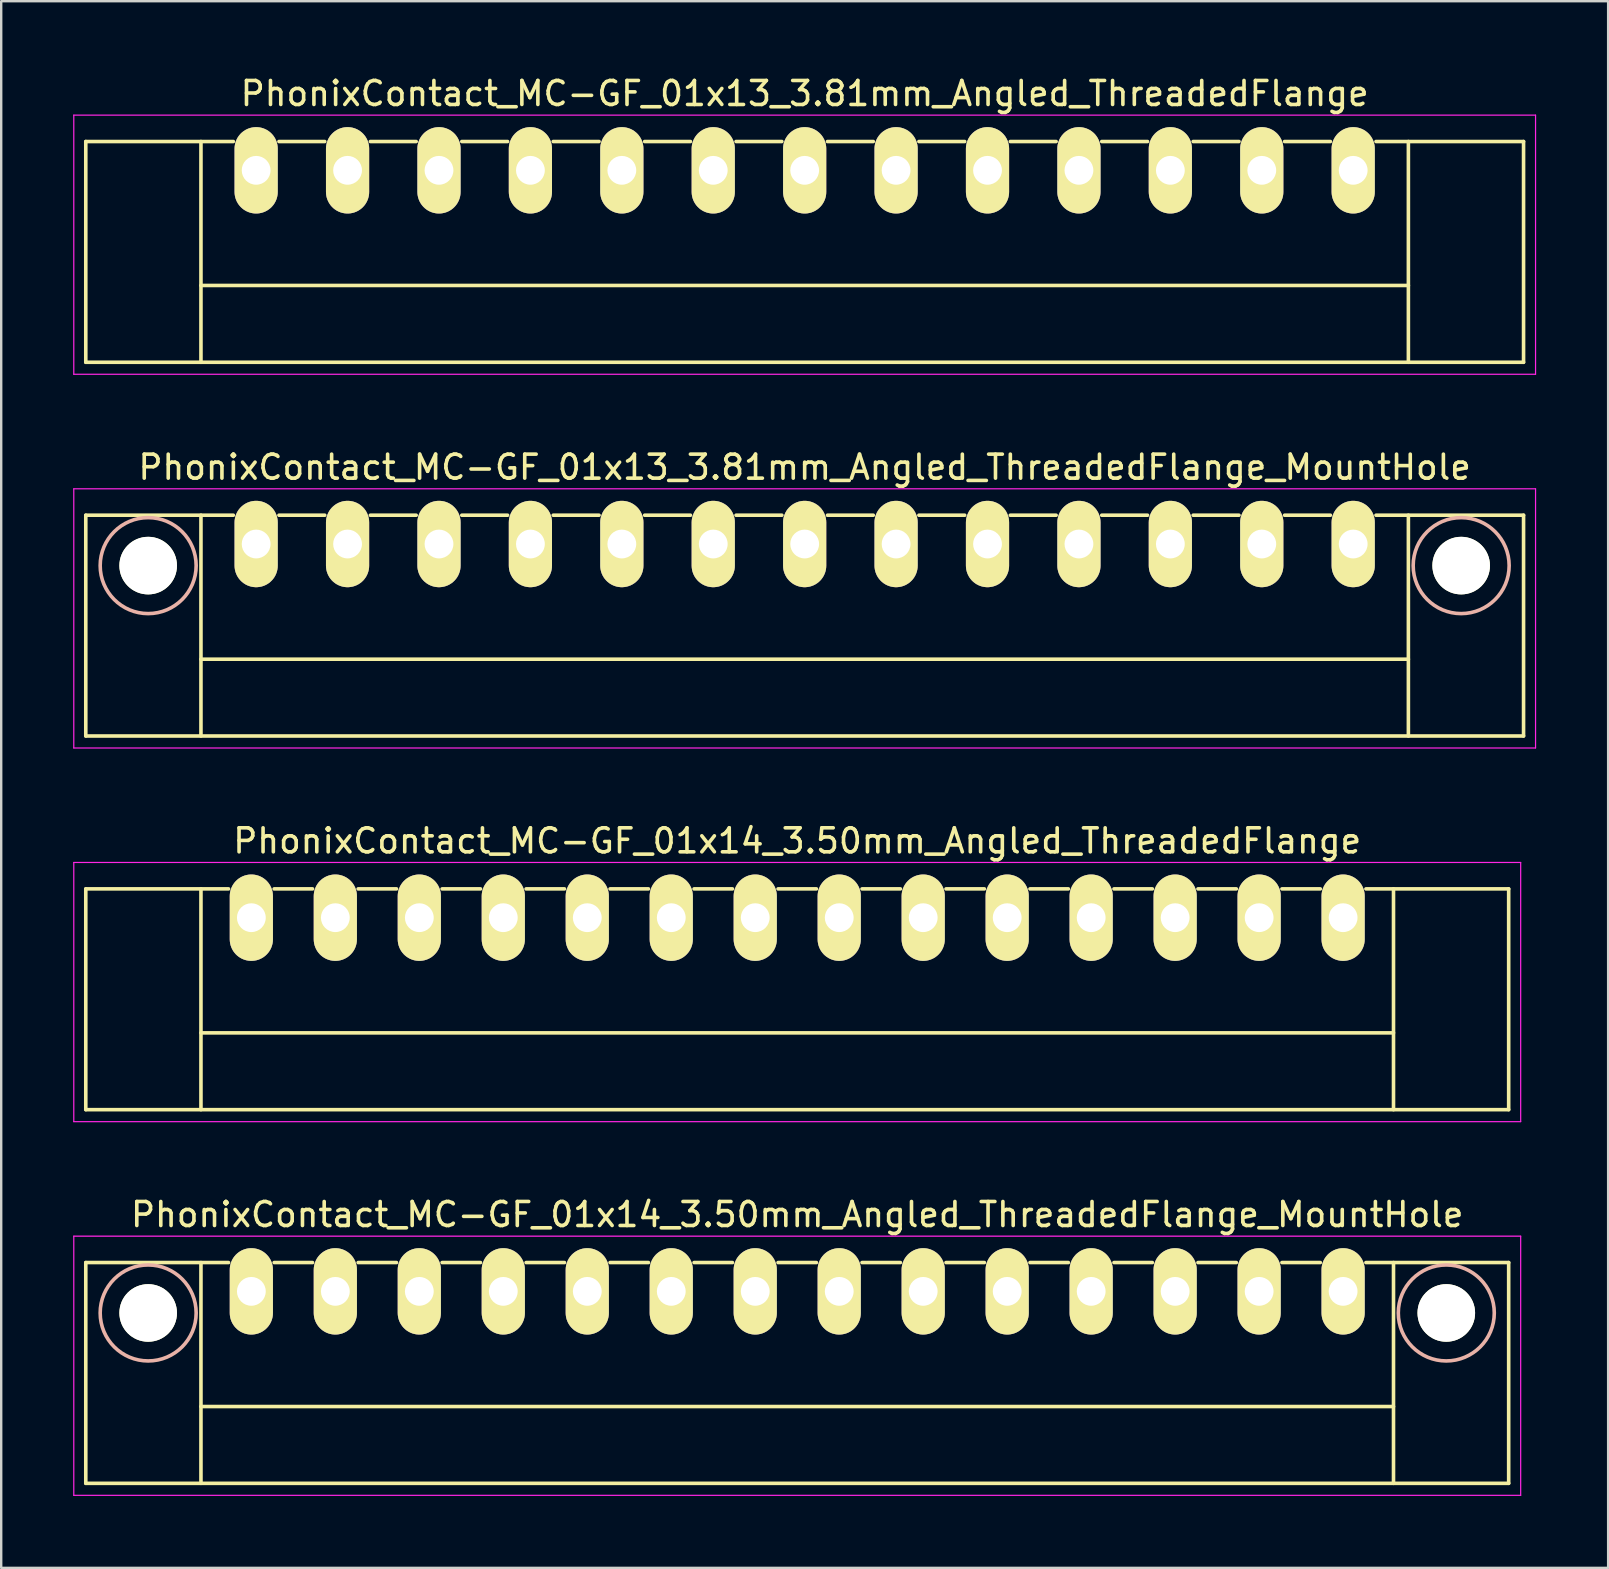
<source format=kicad_pcb>
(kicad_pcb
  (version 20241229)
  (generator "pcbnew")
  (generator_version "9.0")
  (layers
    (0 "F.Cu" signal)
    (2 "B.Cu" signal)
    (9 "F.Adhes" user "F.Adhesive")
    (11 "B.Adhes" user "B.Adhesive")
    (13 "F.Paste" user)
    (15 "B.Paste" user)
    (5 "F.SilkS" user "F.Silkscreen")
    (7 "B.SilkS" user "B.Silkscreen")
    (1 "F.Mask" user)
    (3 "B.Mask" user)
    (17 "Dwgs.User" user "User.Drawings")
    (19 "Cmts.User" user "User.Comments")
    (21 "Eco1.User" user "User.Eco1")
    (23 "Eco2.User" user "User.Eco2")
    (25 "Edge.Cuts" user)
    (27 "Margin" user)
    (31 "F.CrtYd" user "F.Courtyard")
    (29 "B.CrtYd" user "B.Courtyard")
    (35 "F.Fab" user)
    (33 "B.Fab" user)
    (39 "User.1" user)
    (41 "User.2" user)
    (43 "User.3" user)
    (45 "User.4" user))
  (footprint "PhonixContact_MC-GF_01x13_3.81mm_Angled_ThreadedFlange"
    (layer "F.Cu")
    (at 7.625 4.048)
    (property "Reference" "PhonixContact_MC-GF_01x13_3.81mm_Angled_ThreadedFlange" (at 22.86 -3.2 0) (layer "F.SilkS") (effects (font (size 1 1) (thickness 0.15))))
    (attr through_hole)
    (fp_line (start -7.1 -1.2) (end -7.1 8) (stroke (width 0.15) (type solid)) (layer "F.SilkS"))
    (fp_line (start -7.1 -1.2) (end -0.95 -1.2) (stroke (width 0.15) (type solid)) (layer "F.SilkS"))
    (fp_line (start -7.1 8) (end 52.82 8) (stroke (width 0.15) (type solid)) (layer "F.SilkS"))
    (fp_line (start -2.3 -1.2) (end -2.3 8) (stroke (width 0.15) (type solid)) (layer "F.SilkS"))
    (fp_line (start -2.3 4.8) (end 48.02 4.8) (stroke (width 0.15) (type solid)) (layer "F.SilkS"))
    (fp_line (start 0.95 -1.2) (end 2.86 -1.2) (stroke (width 0.15) (type solid)) (layer "F.SilkS"))
    (fp_line (start 4.76 -1.2) (end 6.67 -1.2) (stroke (width 0.15) (type solid)) (layer "F.SilkS"))
    (fp_line (start 8.57 -1.2) (end 10.48 -1.2) (stroke (width 0.15) (type solid)) (layer "F.SilkS"))
    (fp_line (start 12.38 -1.2) (end 14.29 -1.2) (stroke (width 0.15) (type solid)) (layer "F.SilkS"))
    (fp_line (start 16.19 -1.2) (end 18.1 -1.2) (stroke (width 0.15) (type solid)) (layer "F.SilkS"))
    (fp_line (start 20 -1.2) (end 21.91 -1.2) (stroke (width 0.15) (type solid)) (layer "F.SilkS"))
    (fp_line (start 23.81 -1.2) (end 25.72 -1.2) (stroke (width 0.15) (type solid)) (layer "F.SilkS"))
    (fp_line (start 27.62 -1.2) (end 29.53 -1.2) (stroke (width 0.15) (type solid)) (layer "F.SilkS"))
    (fp_line (start 31.43 -1.2) (end 33.34 -1.2) (stroke (width 0.15) (type solid)) (layer "F.SilkS"))
    (fp_line (start 35.24 -1.2) (end 37.15 -1.2) (stroke (width 0.15) (type solid)) (layer "F.SilkS"))
    (fp_line (start 39.05 -1.2) (end 40.96 -1.2) (stroke (width 0.15) (type solid)) (layer "F.SilkS"))
    (fp_line (start 42.86 -1.2) (end 44.77 -1.2) (stroke (width 0.15) (type solid)) (layer "F.SilkS"))
    (fp_line (start 48.02 -1.2) (end 48.02 8) (stroke (width 0.15) (type solid)) (layer "F.SilkS"))
    (fp_line (start 52.82 -1.2) (end 46.67 -1.2) (stroke (width 0.15) (type solid)) (layer "F.SilkS"))
    (fp_line (start 52.82 8) (end 52.82 -1.2) (stroke (width 0.15) (type solid)) (layer "F.SilkS"))
    (fp_line (start -7.6 -2.3) (end -7.6 8.5) (stroke (width 0.05) (type solid)) (layer "F.CrtYd"))
    (fp_line (start -7.6 8.5) (end 53.32 8.5) (stroke (width 0.05) (type solid)) (layer "F.CrtYd"))
    (fp_line (start 53.32 -2.3) (end -7.6 -2.3) (stroke (width 0.05) (type solid)) (layer "F.CrtYd"))
    (fp_line (start 53.32 8.5) (end 53.32 -2.3) (stroke (width 0.05) (type solid)) (layer "F.CrtYd"))
    (pad "1" thru_hole oval (at 0 0) (size 1.8 3.6) (drill 1.2) (layers "*.Cu" "*.Mask" "F.SilkS"))
    (pad "2" thru_hole oval (at 3.81 0) (size 1.8 3.6) (drill 1.2) (layers "*.Cu" "*.Mask" "F.SilkS"))
    (pad "3" thru_hole oval (at 7.62 0) (size 1.8 3.6) (drill 1.2) (layers "*.Cu" "*.Mask" "F.SilkS"))
    (pad "4" thru_hole oval (at 11.43 0) (size 1.8 3.6) (drill 1.2) (layers "*.Cu" "*.Mask" "F.SilkS"))
    (pad "5" thru_hole oval (at 15.24 0) (size 1.8 3.6) (drill 1.2) (layers "*.Cu" "*.Mask" "F.SilkS"))
    (pad "6" thru_hole oval (at 19.05 0) (size 1.8 3.6) (drill 1.2) (layers "*.Cu" "*.Mask" "F.SilkS"))
    (pad "7" thru_hole oval (at 22.86 0) (size 1.8 3.6) (drill 1.2) (layers "*.Cu" "*.Mask" "F.SilkS"))
    (pad "8" thru_hole oval (at 26.67 0) (size 1.8 3.6) (drill 1.2) (layers "*.Cu" "*.Mask" "F.SilkS"))
    (pad "9" thru_hole oval (at 30.48 0) (size 1.8 3.6) (drill 1.2) (layers "*.Cu" "*.Mask" "F.SilkS"))
    (pad "10" thru_hole oval (at 34.29 0) (size 1.8 3.6) (drill 1.2) (layers "*.Cu" "*.Mask" "F.SilkS"))
    (pad "11" thru_hole oval (at 38.1 0) (size 1.8 3.6) (drill 1.2) (layers "*.Cu" "*.Mask" "F.SilkS"))
    (pad "12" thru_hole oval (at 41.91 0) (size 1.8 3.6) (drill 1.2) (layers "*.Cu" "*.Mask" "F.SilkS"))
    (pad "13" thru_hole oval (at 45.72 0) (size 1.8 3.6) (drill 1.2) (layers "*.Cu" "*.Mask" "F.SilkS")))
  (footprint "PhonixContact_MC-GF_01x13_3.81mm_Angled_ThreadedFlange_MountHole"
    (layer "F.Cu")
    (at 7.625 19.622)
    (property "Reference" "PhonixContact_MC-GF_01x13_3.81mm_Angled_ThreadedFlange_MountHole" (at 22.86 -3.2 0) (layer "F.SilkS") (effects (font (size 1 1) (thickness 0.15))))
    (attr through_hole)
    (fp_line (start -7.1 -1.2) (end -7.1 8) (stroke (width 0.15) (type solid)) (layer "F.SilkS"))
    (fp_line (start -7.1 -1.2) (end -0.95 -1.2) (stroke (width 0.15) (type solid)) (layer "F.SilkS"))
    (fp_line (start -7.1 8) (end 52.82 8) (stroke (width 0.15) (type solid)) (layer "F.SilkS"))
    (fp_line (start -2.3 -1.2) (end -2.3 8) (stroke (width 0.15) (type solid)) (layer "F.SilkS"))
    (fp_line (start -2.3 4.8) (end 48.02 4.8) (stroke (width 0.15) (type solid)) (layer "F.SilkS"))
    (fp_line (start 0.95 -1.2) (end 2.86 -1.2) (stroke (width 0.15) (type solid)) (layer "F.SilkS"))
    (fp_line (start 4.76 -1.2) (end 6.67 -1.2) (stroke (width 0.15) (type solid)) (layer "F.SilkS"))
    (fp_line (start 8.57 -1.2) (end 10.48 -1.2) (stroke (width 0.15) (type solid)) (layer "F.SilkS"))
    (fp_line (start 12.38 -1.2) (end 14.29 -1.2) (stroke (width 0.15) (type solid)) (layer "F.SilkS"))
    (fp_line (start 16.19 -1.2) (end 18.1 -1.2) (stroke (width 0.15) (type solid)) (layer "F.SilkS"))
    (fp_line (start 20 -1.2) (end 21.91 -1.2) (stroke (width 0.15) (type solid)) (layer "F.SilkS"))
    (fp_line (start 23.81 -1.2) (end 25.72 -1.2) (stroke (width 0.15) (type solid)) (layer "F.SilkS"))
    (fp_line (start 27.62 -1.2) (end 29.53 -1.2) (stroke (width 0.15) (type solid)) (layer "F.SilkS"))
    (fp_line (start 31.43 -1.2) (end 33.34 -1.2) (stroke (width 0.15) (type solid)) (layer "F.SilkS"))
    (fp_line (start 35.24 -1.2) (end 37.15 -1.2) (stroke (width 0.15) (type solid)) (layer "F.SilkS"))
    (fp_line (start 39.05 -1.2) (end 40.96 -1.2) (stroke (width 0.15) (type solid)) (layer "F.SilkS"))
    (fp_line (start 42.86 -1.2) (end 44.77 -1.2) (stroke (width 0.15) (type solid)) (layer "F.SilkS"))
    (fp_line (start 48.02 -1.2) (end 48.02 8) (stroke (width 0.15) (type solid)) (layer "F.SilkS"))
    (fp_line (start 52.82 -1.2) (end 46.67 -1.2) (stroke (width 0.15) (type solid)) (layer "F.SilkS"))
    (fp_line (start 52.82 8) (end 52.82 -1.2) (stroke (width 0.15) (type solid)) (layer "F.SilkS"))
    (fp_circle (center -4.5 0.9) (end -2.5 0.9) (stroke (width 0.15) (type solid)) (fill no) (layer "B.SilkS"))
    (fp_circle (center 50.22 0.9) (end 52.22 0.9) (stroke (width 0.15) (type solid)) (fill no) (layer "B.SilkS"))
    (fp_line (start -7.6 -2.3) (end -7.6 8.5) (stroke (width 0.05) (type solid)) (layer "F.CrtYd"))
    (fp_line (start -7.6 8.5) (end 53.32 8.5) (stroke (width 0.05) (type solid)) (layer "F.CrtYd"))
    (fp_line (start 53.32 -2.3) (end -7.6 -2.3) (stroke (width 0.05) (type solid)) (layer "F.CrtYd"))
    (fp_line (start 53.32 8.5) (end 53.32 -2.3) (stroke (width 0.05) (type solid)) (layer "F.CrtYd"))
    (pad "" np_thru_hole circle (at -4.5 0.9) (size 2.4 2.4) (drill 2.4) (layers "*.Cu" "*.Mask" "F.SilkS"))
    (pad "" np_thru_hole circle (at 50.22 0.9) (size 2.4 2.4) (drill 2.4) (layers "*.Cu" "*.Mask" "F.SilkS"))
    (pad "1" thru_hole oval (at 0 0) (size 1.8 3.6) (drill 1.2) (layers "*.Cu" "*.Mask" "F.SilkS"))
    (pad "2" thru_hole oval (at 3.81 0) (size 1.8 3.6) (drill 1.2) (layers "*.Cu" "*.Mask" "F.SilkS"))
    (pad "3" thru_hole oval (at 7.62 0) (size 1.8 3.6) (drill 1.2) (layers "*.Cu" "*.Mask" "F.SilkS"))
    (pad "4" thru_hole oval (at 11.43 0) (size 1.8 3.6) (drill 1.2) (layers "*.Cu" "*.Mask" "F.SilkS"))
    (pad "5" thru_hole oval (at 15.24 0) (size 1.8 3.6) (drill 1.2) (layers "*.Cu" "*.Mask" "F.SilkS"))
    (pad "6" thru_hole oval (at 19.05 0) (size 1.8 3.6) (drill 1.2) (layers "*.Cu" "*.Mask" "F.SilkS"))
    (pad "7" thru_hole oval (at 22.86 0) (size 1.8 3.6) (drill 1.2) (layers "*.Cu" "*.Mask" "F.SilkS"))
    (pad "8" thru_hole oval (at 26.67 0) (size 1.8 3.6) (drill 1.2) (layers "*.Cu" "*.Mask" "F.SilkS"))
    (pad "9" thru_hole oval (at 30.48 0) (size 1.8 3.6) (drill 1.2) (layers "*.Cu" "*.Mask" "F.SilkS"))
    (pad "10" thru_hole oval (at 34.29 0) (size 1.8 3.6) (drill 1.2) (layers "*.Cu" "*.Mask" "F.SilkS"))
    (pad "11" thru_hole oval (at 38.1 0) (size 1.8 3.6) (drill 1.2) (layers "*.Cu" "*.Mask" "F.SilkS"))
    (pad "12" thru_hole oval (at 41.91 0) (size 1.8 3.6) (drill 1.2) (layers "*.Cu" "*.Mask" "F.SilkS"))
    (pad "13" thru_hole oval (at 45.72 0) (size 1.8 3.6) (drill 1.2) (layers "*.Cu" "*.Mask" "F.SilkS")))
  (footprint "PhonixContact_MC-GF_01x14_3.50mm_Angled_ThreadedFlange_MountHole"
    (layer "F.Cu")
    (at 7.425 50.768)
    (property "Reference" "PhonixContact_MC-GF_01x14_3.50mm_Angled_ThreadedFlange_MountHole" (at 22.75 -3.2 0) (layer "F.SilkS") (effects (font (size 1 1) (thickness 0.15))))
    (attr through_hole)
    (fp_line (start -6.9 -1.2) (end -6.9 8) (stroke (width 0.15) (type solid)) (layer "F.SilkS"))
    (fp_line (start -6.9 -1.2) (end -0.95 -1.2) (stroke (width 0.15) (type solid)) (layer "F.SilkS"))
    (fp_line (start -6.9 8) (end 52.4 8) (stroke (width 0.15) (type solid)) (layer "F.SilkS"))
    (fp_line (start -2.1 -1.2) (end -2.1 8) (stroke (width 0.15) (type solid)) (layer "F.SilkS"))
    (fp_line (start -2.1 4.8) (end 47.6 4.8) (stroke (width 0.15) (type solid)) (layer "F.SilkS"))
    (fp_line (start 0.95 -1.2) (end 2.55 -1.2) (stroke (width 0.15) (type solid)) (layer "F.SilkS"))
    (fp_line (start 4.45 -1.2) (end 6.05 -1.2) (stroke (width 0.15) (type solid)) (layer "F.SilkS"))
    (fp_line (start 7.95 -1.2) (end 9.55 -1.2) (stroke (width 0.15) (type solid)) (layer "F.SilkS"))
    (fp_line (start 11.45 -1.2) (end 13.05 -1.2) (stroke (width 0.15) (type solid)) (layer "F.SilkS"))
    (fp_line (start 14.95 -1.2) (end 16.55 -1.2) (stroke (width 0.15) (type solid)) (layer "F.SilkS"))
    (fp_line (start 18.45 -1.2) (end 20.05 -1.2) (stroke (width 0.15) (type solid)) (layer "F.SilkS"))
    (fp_line (start 21.95 -1.2) (end 23.55 -1.2) (stroke (width 0.15) (type solid)) (layer "F.SilkS"))
    (fp_line (start 25.45 -1.2) (end 27.05 -1.2) (stroke (width 0.15) (type solid)) (layer "F.SilkS"))
    (fp_line (start 28.95 -1.2) (end 30.55 -1.2) (stroke (width 0.15) (type solid)) (layer "F.SilkS"))
    (fp_line (start 32.45 -1.2) (end 34.05 -1.2) (stroke (width 0.15) (type solid)) (layer "F.SilkS"))
    (fp_line (start 35.95 -1.2) (end 37.55 -1.2) (stroke (width 0.15) (type solid)) (layer "F.SilkS"))
    (fp_line (start 39.45 -1.2) (end 41.05 -1.2) (stroke (width 0.15) (type solid)) (layer "F.SilkS"))
    (fp_line (start 42.95 -1.2) (end 44.55 -1.2) (stroke (width 0.15) (type solid)) (layer "F.SilkS"))
    (fp_line (start 47.6 -1.2) (end 47.6 8) (stroke (width 0.15) (type solid)) (layer "F.SilkS"))
    (fp_line (start 52.4 -1.2) (end 46.45 -1.2) (stroke (width 0.15) (type solid)) (layer "F.SilkS"))
    (fp_line (start 52.4 8) (end 52.4 -1.2) (stroke (width 0.15) (type solid)) (layer "F.SilkS"))
    (fp_circle (center -4.3 0.9) (end -2.3 0.9) (stroke (width 0.15) (type solid)) (fill no) (layer "B.SilkS"))
    (fp_circle (center 49.8 0.9) (end 51.8 0.9) (stroke (width 0.15) (type solid)) (fill no) (layer "B.SilkS"))
    (fp_line (start -7.4 -2.3) (end -7.4 8.5) (stroke (width 0.05) (type solid)) (layer "F.CrtYd"))
    (fp_line (start -7.4 8.5) (end 52.9 8.5) (stroke (width 0.05) (type solid)) (layer "F.CrtYd"))
    (fp_line (start 52.9 -2.3) (end -7.4 -2.3) (stroke (width 0.05) (type solid)) (layer "F.CrtYd"))
    (fp_line (start 52.9 8.5) (end 52.9 -2.3) (stroke (width 0.05) (type solid)) (layer "F.CrtYd"))
    (pad "" np_thru_hole circle (at -4.3 0.9) (size 2.4 2.4) (drill 2.4) (layers "*.Cu" "*.Mask" "F.SilkS"))
    (pad "" np_thru_hole circle (at 49.8 0.9) (size 2.4 2.4) (drill 2.4) (layers "*.Cu" "*.Mask" "F.SilkS"))
    (pad "1" thru_hole oval (at 0 0) (size 1.8 3.6) (drill 1.2) (layers "*.Cu" "*.Mask" "F.SilkS"))
    (pad "2" thru_hole oval (at 3.5 0) (size 1.8 3.6) (drill 1.2) (layers "*.Cu" "*.Mask" "F.SilkS"))
    (pad "3" thru_hole oval (at 7 0) (size 1.8 3.6) (drill 1.2) (layers "*.Cu" "*.Mask" "F.SilkS"))
    (pad "4" thru_hole oval (at 10.5 0) (size 1.8 3.6) (drill 1.2) (layers "*.Cu" "*.Mask" "F.SilkS"))
    (pad "5" thru_hole oval (at 14 0) (size 1.8 3.6) (drill 1.2) (layers "*.Cu" "*.Mask" "F.SilkS"))
    (pad "6" thru_hole oval (at 17.5 0) (size 1.8 3.6) (drill 1.2) (layers "*.Cu" "*.Mask" "F.SilkS"))
    (pad "7" thru_hole oval (at 21 0) (size 1.8 3.6) (drill 1.2) (layers "*.Cu" "*.Mask" "F.SilkS"))
    (pad "8" thru_hole oval (at 24.5 0) (size 1.8 3.6) (drill 1.2) (layers "*.Cu" "*.Mask" "F.SilkS"))
    (pad "9" thru_hole oval (at 28 0) (size 1.8 3.6) (drill 1.2) (layers "*.Cu" "*.Mask" "F.SilkS"))
    (pad "10" thru_hole oval (at 31.5 0) (size 1.8 3.6) (drill 1.2) (layers "*.Cu" "*.Mask" "F.SilkS"))
    (pad "11" thru_hole oval (at 35 0) (size 1.8 3.6) (drill 1.2) (layers "*.Cu" "*.Mask" "F.SilkS"))
    (pad "12" thru_hole oval (at 38.5 0) (size 1.8 3.6) (drill 1.2) (layers "*.Cu" "*.Mask" "F.SilkS"))
    (pad "13" thru_hole oval (at 42 0) (size 1.8 3.6) (drill 1.2) (layers "*.Cu" "*.Mask" "F.SilkS"))
    (pad "14" thru_hole oval (at 45.5 0) (size 1.8 3.6) (drill 1.2) (layers "*.Cu" "*.Mask" "F.SilkS")))
  (footprint "PhonixContact_MC-GF_01x14_3.50mm_Angled_ThreadedFlange"
    (layer "F.Cu")
    (at 7.425 35.195)
    (property "Reference" "PhonixContact_MC-GF_01x14_3.50mm_Angled_ThreadedFlange" (at 22.75 -3.2 0) (layer "F.SilkS") (effects (font (size 1 1) (thickness 0.15))))
    (attr through_hole)
    (fp_line (start -6.9 -1.2) (end -6.9 8) (stroke (width 0.15) (type solid)) (layer "F.SilkS"))
    (fp_line (start -6.9 -1.2) (end -0.95 -1.2) (stroke (width 0.15) (type solid)) (layer "F.SilkS"))
    (fp_line (start -6.9 8) (end 52.4 8) (stroke (width 0.15) (type solid)) (layer "F.SilkS"))
    (fp_line (start -2.1 -1.2) (end -2.1 8) (stroke (width 0.15) (type solid)) (layer "F.SilkS"))
    (fp_line (start -2.1 4.8) (end 47.6 4.8) (stroke (width 0.15) (type solid)) (layer "F.SilkS"))
    (fp_line (start 0.95 -1.2) (end 2.55 -1.2) (stroke (width 0.15) (type solid)) (layer "F.SilkS"))
    (fp_line (start 4.45 -1.2) (end 6.05 -1.2) (stroke (width 0.15) (type solid)) (layer "F.SilkS"))
    (fp_line (start 7.95 -1.2) (end 9.55 -1.2) (stroke (width 0.15) (type solid)) (layer "F.SilkS"))
    (fp_line (start 11.45 -1.2) (end 13.05 -1.2) (stroke (width 0.15) (type solid)) (layer "F.SilkS"))
    (fp_line (start 14.95 -1.2) (end 16.55 -1.2) (stroke (width 0.15) (type solid)) (layer "F.SilkS"))
    (fp_line (start 18.45 -1.2) (end 20.05 -1.2) (stroke (width 0.15) (type solid)) (layer "F.SilkS"))
    (fp_line (start 21.95 -1.2) (end 23.55 -1.2) (stroke (width 0.15) (type solid)) (layer "F.SilkS"))
    (fp_line (start 25.45 -1.2) (end 27.05 -1.2) (stroke (width 0.15) (type solid)) (layer "F.SilkS"))
    (fp_line (start 28.95 -1.2) (end 30.55 -1.2) (stroke (width 0.15) (type solid)) (layer "F.SilkS"))
    (fp_line (start 32.45 -1.2) (end 34.05 -1.2) (stroke (width 0.15) (type solid)) (layer "F.SilkS"))
    (fp_line (start 35.95 -1.2) (end 37.55 -1.2) (stroke (width 0.15) (type solid)) (layer "F.SilkS"))
    (fp_line (start 39.45 -1.2) (end 41.05 -1.2) (stroke (width 0.15) (type solid)) (layer "F.SilkS"))
    (fp_line (start 42.95 -1.2) (end 44.55 -1.2) (stroke (width 0.15) (type solid)) (layer "F.SilkS"))
    (fp_line (start 47.6 -1.2) (end 47.6 8) (stroke (width 0.15) (type solid)) (layer "F.SilkS"))
    (fp_line (start 52.4 -1.2) (end 46.45 -1.2) (stroke (width 0.15) (type solid)) (layer "F.SilkS"))
    (fp_line (start 52.4 8) (end 52.4 -1.2) (stroke (width 0.15) (type solid)) (layer "F.SilkS"))
    (fp_line (start -7.4 -2.3) (end -7.4 8.5) (stroke (width 0.05) (type solid)) (layer "F.CrtYd"))
    (fp_line (start -7.4 8.5) (end 52.9 8.5) (stroke (width 0.05) (type solid)) (layer "F.CrtYd"))
    (fp_line (start 52.9 -2.3) (end -7.4 -2.3) (stroke (width 0.05) (type solid)) (layer "F.CrtYd"))
    (fp_line (start 52.9 8.5) (end 52.9 -2.3) (stroke (width 0.05) (type solid)) (layer "F.CrtYd"))
    (pad "1" thru_hole oval (at 0 0) (size 1.8 3.6) (drill 1.2) (layers "*.Cu" "*.Mask" "F.SilkS"))
    (pad "2" thru_hole oval (at 3.5 0) (size 1.8 3.6) (drill 1.2) (layers "*.Cu" "*.Mask" "F.SilkS"))
    (pad "3" thru_hole oval (at 7 0) (size 1.8 3.6) (drill 1.2) (layers "*.Cu" "*.Mask" "F.SilkS"))
    (pad "4" thru_hole oval (at 10.5 0) (size 1.8 3.6) (drill 1.2) (layers "*.Cu" "*.Mask" "F.SilkS"))
    (pad "5" thru_hole oval (at 14 0) (size 1.8 3.6) (drill 1.2) (layers "*.Cu" "*.Mask" "F.SilkS"))
    (pad "6" thru_hole oval (at 17.5 0) (size 1.8 3.6) (drill 1.2) (layers "*.Cu" "*.Mask" "F.SilkS"))
    (pad "7" thru_hole oval (at 21 0) (size 1.8 3.6) (drill 1.2) (layers "*.Cu" "*.Mask" "F.SilkS"))
    (pad "8" thru_hole oval (at 24.5 0) (size 1.8 3.6) (drill 1.2) (layers "*.Cu" "*.Mask" "F.SilkS"))
    (pad "9" thru_hole oval (at 28 0) (size 1.8 3.6) (drill 1.2) (layers "*.Cu" "*.Mask" "F.SilkS"))
    (pad "10" thru_hole oval (at 31.5 0) (size 1.8 3.6) (drill 1.2) (layers "*.Cu" "*.Mask" "F.SilkS"))
    (pad "11" thru_hole oval (at 35 0) (size 1.8 3.6) (drill 1.2) (layers "*.Cu" "*.Mask" "F.SilkS"))
    (pad "12" thru_hole oval (at 38.5 0) (size 1.8 3.6) (drill 1.2) (layers "*.Cu" "*.Mask" "F.SilkS"))
    (pad "13" thru_hole oval (at 42 0) (size 1.8 3.6) (drill 1.2) (layers "*.Cu" "*.Mask" "F.SilkS"))
    (pad "14" thru_hole oval (at 45.5 0) (size 1.8 3.6) (drill 1.2) (layers "*.Cu" "*.Mask" "F.SilkS")))
  (gr_rect
    (start -3 -3)
    (end 63.97 62.293)
    (stroke (width 0.1) (type default))
    (fill no)
    (layer "Edge.Cuts")))
</source>
